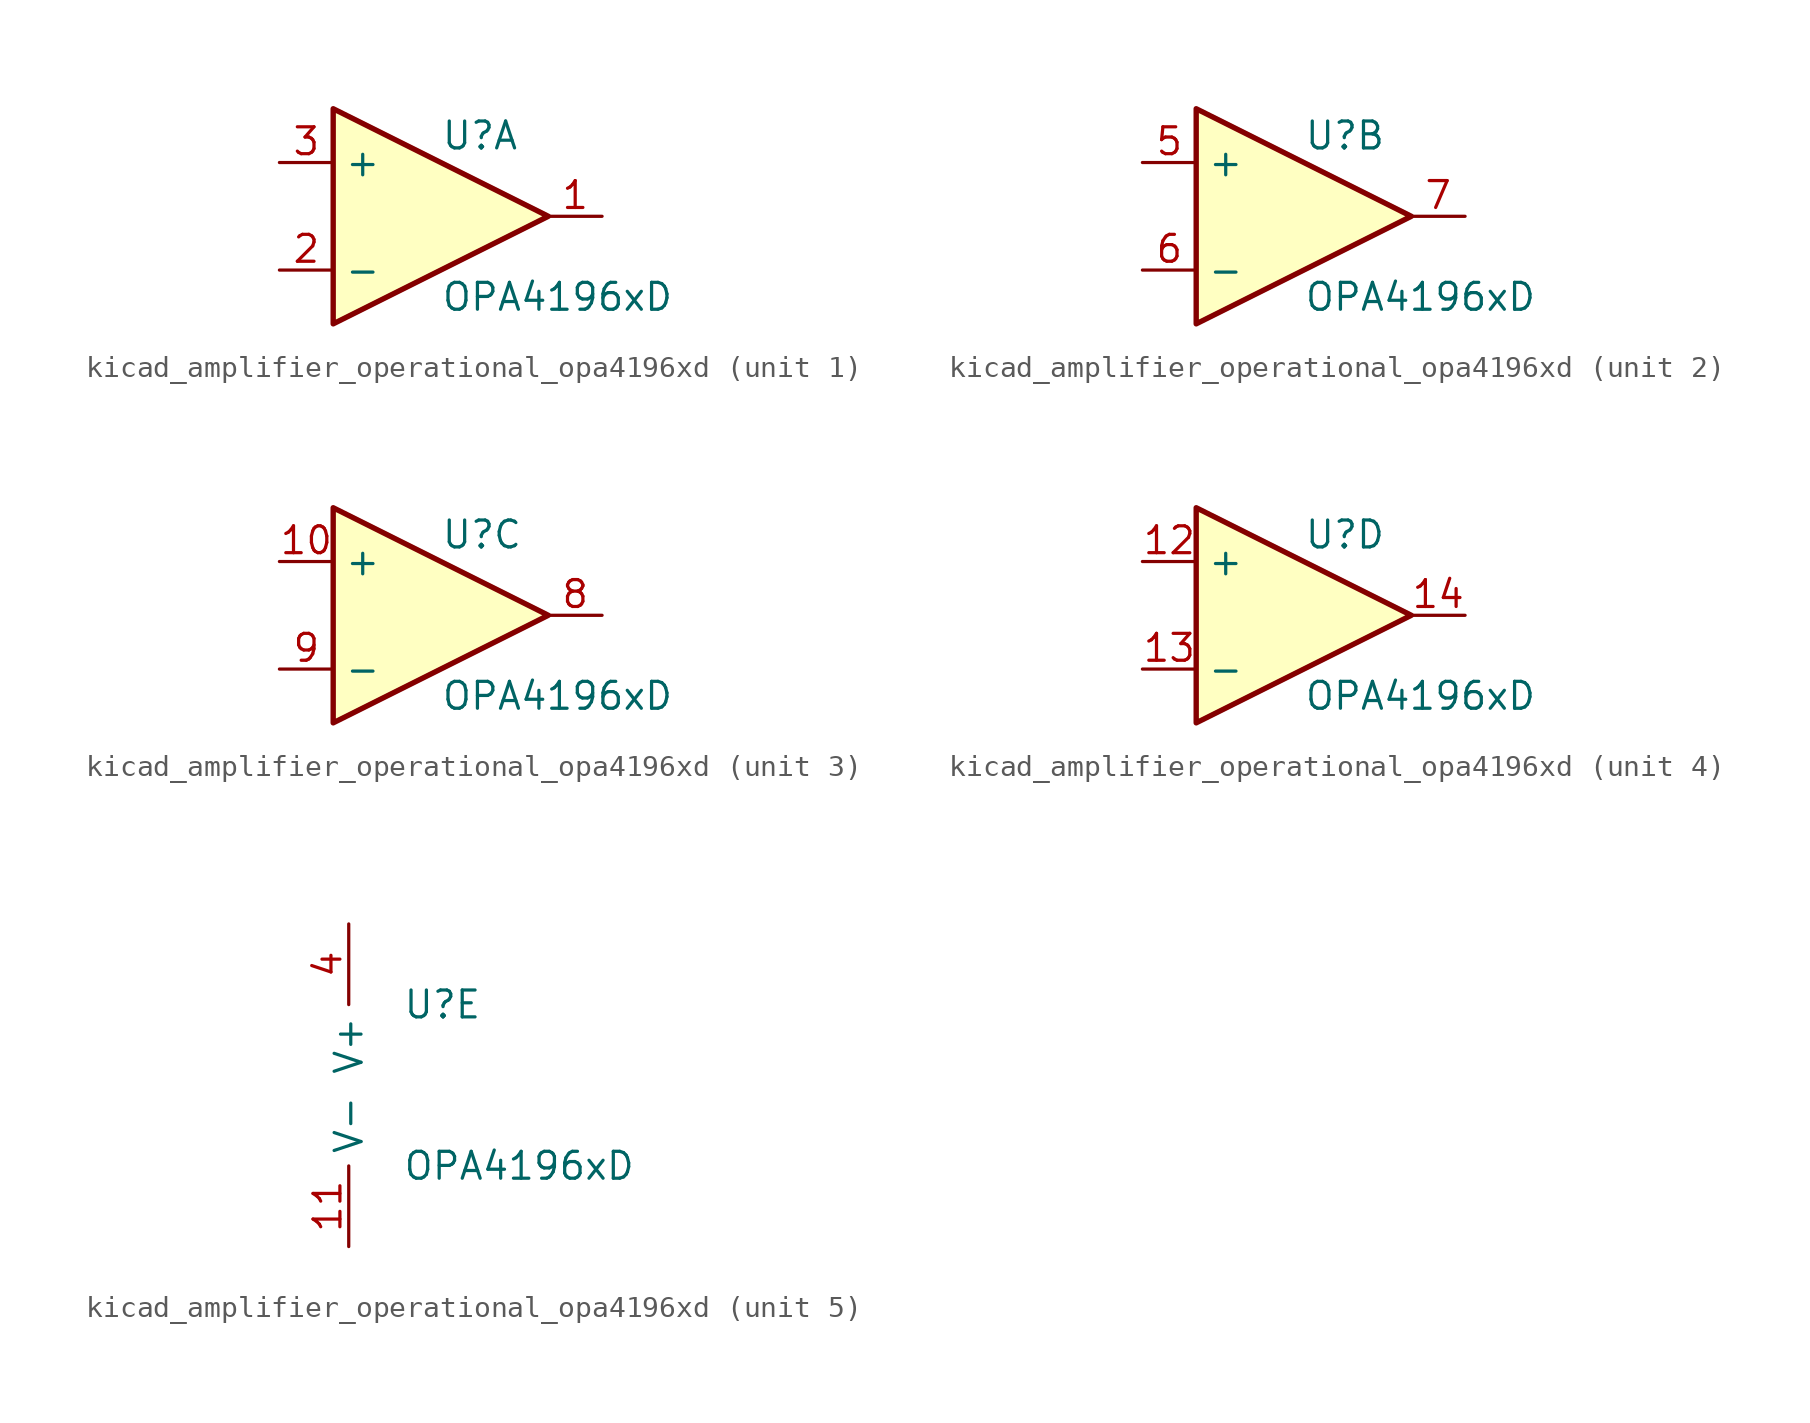
<source format=kicad_sym>
(kicad_symbol_lib
  (version 20220914)
  (generator kicad_symbol_editor)
  (symbol "kicad_amplifier_operational_opa4196xd"
    (property "Reference" "U"
      (at 0 3.81 0)
      (effects (font (size 1.27 1.27)) (justify left)))
    (property "Value" "OPA4196xD"
      (at 0 -3.81 0)
      (effects (font (size 1.27 1.27)) (justify left)))
    (property "ki_locked" ""
      (at 0 0 0)
      (effects (font (size 1.27 1.27))))
    (symbol "kicad_amplifier_operational_opa4196xd_1_1"
      (polyline (pts (xy -5.08 5.08) (xy 5.08 0) (xy -5.08 -5.08) (xy -5.08 5.08)) (stroke (width 0.254) (type default)) (fill (type background)))
      (pin output line (at 7.62 0 180) (length 2.54) (name "~" (effects (font (size 1.27 1.27)))) (number "1" (effects (font (size 1.27 1.27)))))
      (pin input line (at -7.62 -2.54 0) (length 2.54) (name "-" (effects (font (size 1.27 1.27)))) (number "2" (effects (font (size 1.27 1.27)))))
      (pin input line (at -7.62 2.54 0) (length 2.54) (name "+" (effects (font (size 1.27 1.27)))) (number "3" (effects (font (size 1.27 1.27))))))
    (symbol "kicad_amplifier_operational_opa4196xd_2_1"
      (polyline (pts (xy -5.08 5.08) (xy 5.08 0) (xy -5.08 -5.08) (xy -5.08 5.08)) (stroke (width 0.254) (type default)) (fill (type background)))
      (pin input line (at -7.62 2.54 0) (length 2.54) (name "+" (effects (font (size 1.27 1.27)))) (number "5" (effects (font (size 1.27 1.27)))))
      (pin input line (at -7.62 -2.54 0) (length 2.54) (name "-" (effects (font (size 1.27 1.27)))) (number "6" (effects (font (size 1.27 1.27)))))
      (pin output line (at 7.62 0 180) (length 2.54) (name "~" (effects (font (size 1.27 1.27)))) (number "7" (effects (font (size 1.27 1.27))))))
    (symbol "kicad_amplifier_operational_opa4196xd_3_1"
      (polyline (pts (xy -5.08 5.08) (xy 5.08 0) (xy -5.08 -5.08) (xy -5.08 5.08)) (stroke (width 0.254) (type default)) (fill (type background)))
      (pin input line (at -7.62 2.54 0) (length 2.54) (name "+" (effects (font (size 1.27 1.27)))) (number "10" (effects (font (size 1.27 1.27)))))
      (pin output line (at 7.62 0 180) (length 2.54) (name "~" (effects (font (size 1.27 1.27)))) (number "8" (effects (font (size 1.27 1.27)))))
      (pin input line (at -7.62 -2.54 0) (length 2.54) (name "-" (effects (font (size 1.27 1.27)))) (number "9" (effects (font (size 1.27 1.27))))))
    (symbol "kicad_amplifier_operational_opa4196xd_4_1"
      (polyline (pts (xy -5.08 5.08) (xy 5.08 0) (xy -5.08 -5.08) (xy -5.08 5.08)) (stroke (width 0.254) (type default)) (fill (type background)))
      (pin input line (at -7.62 2.54 0) (length 2.54) (name "+" (effects (font (size 1.27 1.27)))) (number "12" (effects (font (size 1.27 1.27)))))
      (pin input line (at -7.62 -2.54 0) (length 2.54) (name "-" (effects (font (size 1.27 1.27)))) (number "13" (effects (font (size 1.27 1.27)))))
      (pin output line (at 7.62 0 180) (length 2.54) (name "~" (effects (font (size 1.27 1.27)))) (number "14" (effects (font (size 1.27 1.27))))))
    (symbol "kicad_amplifier_operational_opa4196xd_5_1"
      (pin power_in line (at -2.54 -7.62 90) (length 3.81) (name "V-" (effects (font (size 1.27 1.27)))) (number "11" (effects (font (size 1.27 1.27)))))
      (pin power_in line (at -2.54 7.62 270) (length 3.81) (name "V+" (effects (font (size 1.27 1.27)))) (number "4" (effects (font (size 1.27 1.27))))))))
</source>
